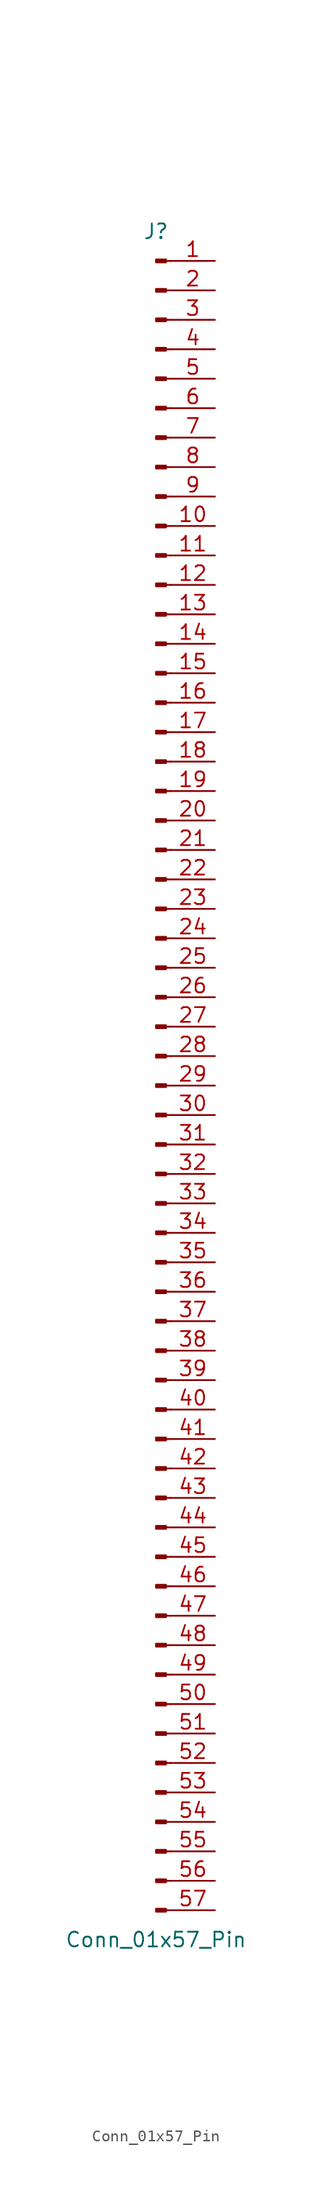
<source format=kicad_sym>
(kicad_symbol_lib
  (version 20241209)
  (generator "kicad_symbol_editor")
  (generator_version "9.0")
  (symbol "Conn_01x57_Pin"
    (pin_names
      (offset 1.016)
      (hide yes))
    (property "Reference" "J"
      (at 0 73.66 0)
      (effects (font (size 1.27 1.27))))
    (property "Value" "Conn_01x57_Pin"
      (at 0 -73.66 0)
      (effects (font (size 1.27 1.27))))
    (property "ki_locked" ""
      (at 0 0 0)
      (effects (font (size 1.27 1.27))))
    (symbol "Conn_01x57_Pin_1_1"
      (rectangle (start 0.864 71.247) (end 0 70.993) (stroke (width 0.152) (type default)) (fill (type outline)))
      (rectangle (start 0.864 68.707) (end 0 68.453) (stroke (width 0.152) (type default)) (fill (type outline)))
      (rectangle (start 0.864 66.167) (end 0 65.913) (stroke (width 0.152) (type default)) (fill (type outline)))
      (rectangle (start 0.864 63.627) (end 0 63.373) (stroke (width 0.152) (type default)) (fill (type outline)))
      (rectangle (start 0.864 61.087) (end 0 60.833) (stroke (width 0.152) (type default)) (fill (type outline)))
      (rectangle (start 0.864 58.547) (end 0 58.293) (stroke (width 0.152) (type default)) (fill (type outline)))
      (rectangle (start 0.864 56.007) (end 0 55.753) (stroke (width 0.152) (type default)) (fill (type outline)))
      (rectangle (start 0.864 53.467) (end 0 53.213) (stroke (width 0.152) (type default)) (fill (type outline)))
      (rectangle (start 0.864 50.927) (end 0 50.673) (stroke (width 0.152) (type default)) (fill (type outline)))
      (rectangle (start 0.864 48.387) (end 0 48.133) (stroke (width 0.152) (type default)) (fill (type outline)))
      (rectangle (start 0.864 45.847) (end 0 45.593) (stroke (width 0.152) (type default)) (fill (type outline)))
      (rectangle (start 0.864 43.307) (end 0 43.053) (stroke (width 0.152) (type default)) (fill (type outline)))
      (rectangle (start 0.864 40.767) (end 0 40.513) (stroke (width 0.152) (type default)) (fill (type outline)))
      (rectangle (start 0.864 38.227) (end 0 37.973) (stroke (width 0.152) (type default)) (fill (type outline)))
      (rectangle (start 0.864 35.687) (end 0 35.433) (stroke (width 0.152) (type default)) (fill (type outline)))
      (rectangle (start 0.864 33.147) (end 0 32.893) (stroke (width 0.152) (type default)) (fill (type outline)))
      (rectangle (start 0.864 30.607) (end 0 30.353) (stroke (width 0.152) (type default)) (fill (type outline)))
      (rectangle (start 0.864 28.067) (end 0 27.813) (stroke (width 0.152) (type default)) (fill (type outline)))
      (rectangle (start 0.864 25.527) (end 0 25.273) (stroke (width 0.152) (type default)) (fill (type outline)))
      (rectangle (start 0.864 22.987) (end 0 22.733) (stroke (width 0.152) (type default)) (fill (type outline)))
      (rectangle (start 0.864 20.447) (end 0 20.193) (stroke (width 0.152) (type default)) (fill (type outline)))
      (rectangle (start 0.864 17.907) (end 0 17.653) (stroke (width 0.152) (type default)) (fill (type outline)))
      (rectangle (start 0.864 15.367) (end 0 15.113) (stroke (width 0.152) (type default)) (fill (type outline)))
      (rectangle (start 0.864 12.827) (end 0 12.573) (stroke (width 0.152) (type default)) (fill (type outline)))
      (rectangle (start 0.864 10.287) (end 0 10.033) (stroke (width 0.152) (type default)) (fill (type outline)))
      (rectangle (start 0.864 7.747) (end 0 7.493) (stroke (width 0.152) (type default)) (fill (type outline)))
      (rectangle (start 0.864 5.207) (end 0 4.953) (stroke (width 0.152) (type default)) (fill (type outline)))
      (rectangle (start 0.864 2.667) (end 0 2.413) (stroke (width 0.152) (type default)) (fill (type outline)))
      (rectangle (start 0.864 0.127) (end 0 -0.127) (stroke (width 0.152) (type default)) (fill (type outline)))
      (rectangle (start 0.864 -2.413) (end 0 -2.667) (stroke (width 0.152) (type default)) (fill (type outline)))
      (rectangle (start 0.864 -4.953) (end 0 -5.207) (stroke (width 0.152) (type default)) (fill (type outline)))
      (rectangle (start 0.864 -7.493) (end 0 -7.747) (stroke (width 0.152) (type default)) (fill (type outline)))
      (rectangle (start 0.864 -10.033) (end 0 -10.287) (stroke (width 0.152) (type default)) (fill (type outline)))
      (rectangle (start 0.864 -12.573) (end 0 -12.827) (stroke (width 0.152) (type default)) (fill (type outline)))
      (rectangle (start 0.864 -15.113) (end 0 -15.367) (stroke (width 0.152) (type default)) (fill (type outline)))
      (rectangle (start 0.864 -17.653) (end 0 -17.907) (stroke (width 0.152) (type default)) (fill (type outline)))
      (rectangle (start 0.864 -20.193) (end 0 -20.447) (stroke (width 0.152) (type default)) (fill (type outline)))
      (rectangle (start 0.864 -22.733) (end 0 -22.987) (stroke (width 0.152) (type default)) (fill (type outline)))
      (rectangle (start 0.864 -25.273) (end 0 -25.527) (stroke (width 0.152) (type default)) (fill (type outline)))
      (rectangle (start 0.864 -27.813) (end 0 -28.067) (stroke (width 0.152) (type default)) (fill (type outline)))
      (rectangle (start 0.864 -30.353) (end 0 -30.607) (stroke (width 0.152) (type default)) (fill (type outline)))
      (rectangle (start 0.864 -32.893) (end 0 -33.147) (stroke (width 0.152) (type default)) (fill (type outline)))
      (rectangle (start 0.864 -35.433) (end 0 -35.687) (stroke (width 0.152) (type default)) (fill (type outline)))
      (rectangle (start 0.864 -37.973) (end 0 -38.227) (stroke (width 0.152) (type default)) (fill (type outline)))
      (rectangle (start 0.864 -40.513) (end 0 -40.767) (stroke (width 0.152) (type default)) (fill (type outline)))
      (rectangle (start 0.864 -43.053) (end 0 -43.307) (stroke (width 0.152) (type default)) (fill (type outline)))
      (rectangle (start 0.864 -45.593) (end 0 -45.847) (stroke (width 0.152) (type default)) (fill (type outline)))
      (rectangle (start 0.864 -48.133) (end 0 -48.387) (stroke (width 0.152) (type default)) (fill (type outline)))
      (rectangle (start 0.864 -50.673) (end 0 -50.927) (stroke (width 0.152) (type default)) (fill (type outline)))
      (rectangle (start 0.864 -53.213) (end 0 -53.467) (stroke (width 0.152) (type default)) (fill (type outline)))
      (rectangle (start 0.864 -55.753) (end 0 -56.007) (stroke (width 0.152) (type default)) (fill (type outline)))
      (rectangle (start 0.864 -58.293) (end 0 -58.547) (stroke (width 0.152) (type default)) (fill (type outline)))
      (rectangle (start 0.864 -60.833) (end 0 -61.087) (stroke (width 0.152) (type default)) (fill (type outline)))
      (rectangle (start 0.864 -63.373) (end 0 -63.627) (stroke (width 0.152) (type default)) (fill (type outline)))
      (rectangle (start 0.864 -65.913) (end 0 -66.167) (stroke (width 0.152) (type default)) (fill (type outline)))
      (rectangle (start 0.864 -68.453) (end 0 -68.707) (stroke (width 0.152) (type default)) (fill (type outline)))
      (rectangle (start 0.864 -70.993) (end 0 -71.247) (stroke (width 0.152) (type default)) (fill (type outline)))
      (polyline (pts (xy 1.27 71.12) (xy 0.864 71.12)) (stroke (width 0.152) (type default)) (fill (type none)))
      (polyline (pts (xy 1.27 68.58) (xy 0.864 68.58)) (stroke (width 0.152) (type default)) (fill (type none)))
      (polyline (pts (xy 1.27 66.04) (xy 0.864 66.04)) (stroke (width 0.152) (type default)) (fill (type none)))
      (polyline (pts (xy 1.27 63.5) (xy 0.864 63.5)) (stroke (width 0.152) (type default)) (fill (type none)))
      (polyline (pts (xy 1.27 60.96) (xy 0.864 60.96)) (stroke (width 0.152) (type default)) (fill (type none)))
      (polyline (pts (xy 1.27 58.42) (xy 0.864 58.42)) (stroke (width 0.152) (type default)) (fill (type none)))
      (polyline (pts (xy 1.27 55.88) (xy 0.864 55.88)) (stroke (width 0.152) (type default)) (fill (type none)))
      (polyline (pts (xy 1.27 53.34) (xy 0.864 53.34)) (stroke (width 0.152) (type default)) (fill (type none)))
      (polyline (pts (xy 1.27 50.8) (xy 0.864 50.8)) (stroke (width 0.152) (type default)) (fill (type none)))
      (polyline (pts (xy 1.27 48.26) (xy 0.864 48.26)) (stroke (width 0.152) (type default)) (fill (type none)))
      (polyline (pts (xy 1.27 45.72) (xy 0.864 45.72)) (stroke (width 0.152) (type default)) (fill (type none)))
      (polyline (pts (xy 1.27 43.18) (xy 0.864 43.18)) (stroke (width 0.152) (type default)) (fill (type none)))
      (polyline (pts (xy 1.27 40.64) (xy 0.864 40.64)) (stroke (width 0.152) (type default)) (fill (type none)))
      (polyline (pts (xy 1.27 38.1) (xy 0.864 38.1)) (stroke (width 0.152) (type default)) (fill (type none)))
      (polyline (pts (xy 1.27 35.56) (xy 0.864 35.56)) (stroke (width 0.152) (type default)) (fill (type none)))
      (polyline (pts (xy 1.27 33.02) (xy 0.864 33.02)) (stroke (width 0.152) (type default)) (fill (type none)))
      (polyline (pts (xy 1.27 30.48) (xy 0.864 30.48)) (stroke (width 0.152) (type default)) (fill (type none)))
      (polyline (pts (xy 1.27 27.94) (xy 0.864 27.94)) (stroke (width 0.152) (type default)) (fill (type none)))
      (polyline (pts (xy 1.27 25.4) (xy 0.864 25.4)) (stroke (width 0.152) (type default)) (fill (type none)))
      (polyline (pts (xy 1.27 22.86) (xy 0.864 22.86)) (stroke (width 0.152) (type default)) (fill (type none)))
      (polyline (pts (xy 1.27 20.32) (xy 0.864 20.32)) (stroke (width 0.152) (type default)) (fill (type none)))
      (polyline (pts (xy 1.27 17.78) (xy 0.864 17.78)) (stroke (width 0.152) (type default)) (fill (type none)))
      (polyline (pts (xy 1.27 15.24) (xy 0.864 15.24)) (stroke (width 0.152) (type default)) (fill (type none)))
      (polyline (pts (xy 1.27 12.7) (xy 0.864 12.7)) (stroke (width 0.152) (type default)) (fill (type none)))
      (polyline (pts (xy 1.27 10.16) (xy 0.864 10.16)) (stroke (width 0.152) (type default)) (fill (type none)))
      (polyline (pts (xy 1.27 7.62) (xy 0.864 7.62)) (stroke (width 0.152) (type default)) (fill (type none)))
      (polyline (pts (xy 1.27 5.08) (xy 0.864 5.08)) (stroke (width 0.152) (type default)) (fill (type none)))
      (polyline (pts (xy 1.27 2.54) (xy 0.864 2.54)) (stroke (width 0.152) (type default)) (fill (type none)))
      (polyline (pts (xy 1.27 0) (xy 0.864 0)) (stroke (width 0.152) (type default)) (fill (type none)))
      (polyline (pts (xy 1.27 -2.54) (xy 0.864 -2.54)) (stroke (width 0.152) (type default)) (fill (type none)))
      (polyline (pts (xy 1.27 -5.08) (xy 0.864 -5.08)) (stroke (width 0.152) (type default)) (fill (type none)))
      (polyline (pts (xy 1.27 -7.62) (xy 0.864 -7.62)) (stroke (width 0.152) (type default)) (fill (type none)))
      (polyline (pts (xy 1.27 -10.16) (xy 0.864 -10.16)) (stroke (width 0.152) (type default)) (fill (type none)))
      (polyline (pts (xy 1.27 -12.7) (xy 0.864 -12.7)) (stroke (width 0.152) (type default)) (fill (type none)))
      (polyline (pts (xy 1.27 -15.24) (xy 0.864 -15.24)) (stroke (width 0.152) (type default)) (fill (type none)))
      (polyline (pts (xy 1.27 -17.78) (xy 0.864 -17.78)) (stroke (width 0.152) (type default)) (fill (type none)))
      (polyline (pts (xy 1.27 -20.32) (xy 0.864 -20.32)) (stroke (width 0.152) (type default)) (fill (type none)))
      (polyline (pts (xy 1.27 -22.86) (xy 0.864 -22.86)) (stroke (width 0.152) (type default)) (fill (type none)))
      (polyline (pts (xy 1.27 -25.4) (xy 0.864 -25.4)) (stroke (width 0.152) (type default)) (fill (type none)))
      (polyline (pts (xy 1.27 -27.94) (xy 0.864 -27.94)) (stroke (width 0.152) (type default)) (fill (type none)))
      (polyline (pts (xy 1.27 -30.48) (xy 0.864 -30.48)) (stroke (width 0.152) (type default)) (fill (type none)))
      (polyline (pts (xy 1.27 -33.02) (xy 0.864 -33.02)) (stroke (width 0.152) (type default)) (fill (type none)))
      (polyline (pts (xy 1.27 -35.56) (xy 0.864 -35.56)) (stroke (width 0.152) (type default)) (fill (type none)))
      (polyline (pts (xy 1.27 -38.1) (xy 0.864 -38.1)) (stroke (width 0.152) (type default)) (fill (type none)))
      (polyline (pts (xy 1.27 -40.64) (xy 0.864 -40.64)) (stroke (width 0.152) (type default)) (fill (type none)))
      (polyline (pts (xy 1.27 -43.18) (xy 0.864 -43.18)) (stroke (width 0.152) (type default)) (fill (type none)))
      (polyline (pts (xy 1.27 -45.72) (xy 0.864 -45.72)) (stroke (width 0.152) (type default)) (fill (type none)))
      (polyline (pts (xy 1.27 -48.26) (xy 0.864 -48.26)) (stroke (width 0.152) (type default)) (fill (type none)))
      (polyline (pts (xy 1.27 -50.8) (xy 0.864 -50.8)) (stroke (width 0.152) (type default)) (fill (type none)))
      (polyline (pts (xy 1.27 -53.34) (xy 0.864 -53.34)) (stroke (width 0.152) (type default)) (fill (type none)))
      (polyline (pts (xy 1.27 -55.88) (xy 0.864 -55.88)) (stroke (width 0.152) (type default)) (fill (type none)))
      (polyline (pts (xy 1.27 -58.42) (xy 0.864 -58.42)) (stroke (width 0.152) (type default)) (fill (type none)))
      (polyline (pts (xy 1.27 -60.96) (xy 0.864 -60.96)) (stroke (width 0.152) (type default)) (fill (type none)))
      (polyline (pts (xy 1.27 -63.5) (xy 0.864 -63.5)) (stroke (width 0.152) (type default)) (fill (type none)))
      (polyline (pts (xy 1.27 -66.04) (xy 0.864 -66.04)) (stroke (width 0.152) (type default)) (fill (type none)))
      (polyline (pts (xy 1.27 -68.58) (xy 0.864 -68.58)) (stroke (width 0.152) (type default)) (fill (type none)))
      (polyline (pts (xy 1.27 -71.12) (xy 0.864 -71.12)) (stroke (width 0.152) (type default)) (fill (type none)))
      (pin passive line (at 5.08 71.12 180) (length 3.81) (name "Pin_1" (effects (font (size 1.27 1.27)))) (number "1" (effects (font (size 1.27 1.27)))))
      (pin passive line (at 5.08 68.58 180) (length 3.81) (name "Pin_2" (effects (font (size 1.27 1.27)))) (number "2" (effects (font (size 1.27 1.27)))))
      (pin passive line (at 5.08 66.04 180) (length 3.81) (name "Pin_3" (effects (font (size 1.27 1.27)))) (number "3" (effects (font (size 1.27 1.27)))))
      (pin passive line (at 5.08 63.5 180) (length 3.81) (name "Pin_4" (effects (font (size 1.27 1.27)))) (number "4" (effects (font (size 1.27 1.27)))))
      (pin passive line (at 5.08 60.96 180) (length 3.81) (name "Pin_5" (effects (font (size 1.27 1.27)))) (number "5" (effects (font (size 1.27 1.27)))))
      (pin passive line (at 5.08 58.42 180) (length 3.81) (name "Pin_6" (effects (font (size 1.27 1.27)))) (number "6" (effects (font (size 1.27 1.27)))))
      (pin passive line (at 5.08 55.88 180) (length 3.81) (name "Pin_7" (effects (font (size 1.27 1.27)))) (number "7" (effects (font (size 1.27 1.27)))))
      (pin passive line (at 5.08 53.34 180) (length 3.81) (name "Pin_8" (effects (font (size 1.27 1.27)))) (number "8" (effects (font (size 1.27 1.27)))))
      (pin passive line (at 5.08 50.8 180) (length 3.81) (name "Pin_9" (effects (font (size 1.27 1.27)))) (number "9" (effects (font (size 1.27 1.27)))))
      (pin passive line (at 5.08 48.26 180) (length 3.81) (name "Pin_10" (effects (font (size 1.27 1.27)))) (number "10" (effects (font (size 1.27 1.27)))))
      (pin passive line (at 5.08 45.72 180) (length 3.81) (name "Pin_11" (effects (font (size 1.27 1.27)))) (number "11" (effects (font (size 1.27 1.27)))))
      (pin passive line (at 5.08 43.18 180) (length 3.81) (name "Pin_12" (effects (font (size 1.27 1.27)))) (number "12" (effects (font (size 1.27 1.27)))))
      (pin passive line (at 5.08 40.64 180) (length 3.81) (name "Pin_13" (effects (font (size 1.27 1.27)))) (number "13" (effects (font (size 1.27 1.27)))))
      (pin passive line (at 5.08 38.1 180) (length 3.81) (name "Pin_14" (effects (font (size 1.27 1.27)))) (number "14" (effects (font (size 1.27 1.27)))))
      (pin passive line (at 5.08 35.56 180) (length 3.81) (name "Pin_15" (effects (font (size 1.27 1.27)))) (number "15" (effects (font (size 1.27 1.27)))))
      (pin passive line (at 5.08 33.02 180) (length 3.81) (name "Pin_16" (effects (font (size 1.27 1.27)))) (number "16" (effects (font (size 1.27 1.27)))))
      (pin passive line (at 5.08 30.48 180) (length 3.81) (name "Pin_17" (effects (font (size 1.27 1.27)))) (number "17" (effects (font (size 1.27 1.27)))))
      (pin passive line (at 5.08 27.94 180) (length 3.81) (name "Pin_18" (effects (font (size 1.27 1.27)))) (number "18" (effects (font (size 1.27 1.27)))))
      (pin passive line (at 5.08 25.4 180) (length 3.81) (name "Pin_19" (effects (font (size 1.27 1.27)))) (number "19" (effects (font (size 1.27 1.27)))))
      (pin passive line (at 5.08 22.86 180) (length 3.81) (name "Pin_20" (effects (font (size 1.27 1.27)))) (number "20" (effects (font (size 1.27 1.27)))))
      (pin passive line (at 5.08 20.32 180) (length 3.81) (name "Pin_21" (effects (font (size 1.27 1.27)))) (number "21" (effects (font (size 1.27 1.27)))))
      (pin passive line (at 5.08 17.78 180) (length 3.81) (name "Pin_22" (effects (font (size 1.27 1.27)))) (number "22" (effects (font (size 1.27 1.27)))))
      (pin passive line (at 5.08 15.24 180) (length 3.81) (name "Pin_23" (effects (font (size 1.27 1.27)))) (number "23" (effects (font (size 1.27 1.27)))))
      (pin passive line (at 5.08 12.7 180) (length 3.81) (name "Pin_24" (effects (font (size 1.27 1.27)))) (number "24" (effects (font (size 1.27 1.27)))))
      (pin passive line (at 5.08 10.16 180) (length 3.81) (name "Pin_25" (effects (font (size 1.27 1.27)))) (number "25" (effects (font (size 1.27 1.27)))))
      (pin passive line (at 5.08 7.62 180) (length 3.81) (name "Pin_26" (effects (font (size 1.27 1.27)))) (number "26" (effects (font (size 1.27 1.27)))))
      (pin passive line (at 5.08 5.08 180) (length 3.81) (name "Pin_27" (effects (font (size 1.27 1.27)))) (number "27" (effects (font (size 1.27 1.27)))))
      (pin passive line (at 5.08 2.54 180) (length 3.81) (name "Pin_28" (effects (font (size 1.27 1.27)))) (number "28" (effects (font (size 1.27 1.27)))))
      (pin passive line (at 5.08 0 180) (length 3.81) (name "Pin_29" (effects (font (size 1.27 1.27)))) (number "29" (effects (font (size 1.27 1.27)))))
      (pin passive line (at 5.08 -2.54 180) (length 3.81) (name "Pin_30" (effects (font (size 1.27 1.27)))) (number "30" (effects (font (size 1.27 1.27)))))
      (pin passive line (at 5.08 -5.08 180) (length 3.81) (name "Pin_31" (effects (font (size 1.27 1.27)))) (number "31" (effects (font (size 1.27 1.27)))))
      (pin passive line (at 5.08 -7.62 180) (length 3.81) (name "Pin_32" (effects (font (size 1.27 1.27)))) (number "32" (effects (font (size 1.27 1.27)))))
      (pin passive line (at 5.08 -10.16 180) (length 3.81) (name "Pin_33" (effects (font (size 1.27 1.27)))) (number "33" (effects (font (size 1.27 1.27)))))
      (pin passive line (at 5.08 -12.7 180) (length 3.81) (name "Pin_34" (effects (font (size 1.27 1.27)))) (number "34" (effects (font (size 1.27 1.27)))))
      (pin passive line (at 5.08 -15.24 180) (length 3.81) (name "Pin_35" (effects (font (size 1.27 1.27)))) (number "35" (effects (font (size 1.27 1.27)))))
      (pin passive line (at 5.08 -17.78 180) (length 3.81) (name "Pin_36" (effects (font (size 1.27 1.27)))) (number "36" (effects (font (size 1.27 1.27)))))
      (pin passive line (at 5.08 -20.32 180) (length 3.81) (name "Pin_37" (effects (font (size 1.27 1.27)))) (number "37" (effects (font (size 1.27 1.27)))))
      (pin passive line (at 5.08 -22.86 180) (length 3.81) (name "Pin_38" (effects (font (size 1.27 1.27)))) (number "38" (effects (font (size 1.27 1.27)))))
      (pin passive line (at 5.08 -25.4 180) (length 3.81) (name "Pin_39" (effects (font (size 1.27 1.27)))) (number "39" (effects (font (size 1.27 1.27)))))
      (pin passive line (at 5.08 -27.94 180) (length 3.81) (name "Pin_40" (effects (font (size 1.27 1.27)))) (number "40" (effects (font (size 1.27 1.27)))))
      (pin passive line (at 5.08 -30.48 180) (length 3.81) (name "Pin_41" (effects (font (size 1.27 1.27)))) (number "41" (effects (font (size 1.27 1.27)))))
      (pin passive line (at 5.08 -33.02 180) (length 3.81) (name "Pin_42" (effects (font (size 1.27 1.27)))) (number "42" (effects (font (size 1.27 1.27)))))
      (pin passive line (at 5.08 -35.56 180) (length 3.81) (name "Pin_43" (effects (font (size 1.27 1.27)))) (number "43" (effects (font (size 1.27 1.27)))))
      (pin passive line (at 5.08 -38.1 180) (length 3.81) (name "Pin_44" (effects (font (size 1.27 1.27)))) (number "44" (effects (font (size 1.27 1.27)))))
      (pin passive line (at 5.08 -40.64 180) (length 3.81) (name "Pin_45" (effects (font (size 1.27 1.27)))) (number "45" (effects (font (size 1.27 1.27)))))
      (pin passive line (at 5.08 -43.18 180) (length 3.81) (name "Pin_46" (effects (font (size 1.27 1.27)))) (number "46" (effects (font (size 1.27 1.27)))))
      (pin passive line (at 5.08 -45.72 180) (length 3.81) (name "Pin_47" (effects (font (size 1.27 1.27)))) (number "47" (effects (font (size 1.27 1.27)))))
      (pin passive line (at 5.08 -48.26 180) (length 3.81) (name "Pin_48" (effects (font (size 1.27 1.27)))) (number "48" (effects (font (size 1.27 1.27)))))
      (pin passive line (at 5.08 -50.8 180) (length 3.81) (name "Pin_49" (effects (font (size 1.27 1.27)))) (number "49" (effects (font (size 1.27 1.27)))))
      (pin passive line (at 5.08 -53.34 180) (length 3.81) (name "Pin_50" (effects (font (size 1.27 1.27)))) (number "50" (effects (font (size 1.27 1.27)))))
      (pin passive line (at 5.08 -55.88 180) (length 3.81) (name "Pin_51" (effects (font (size 1.27 1.27)))) (number "51" (effects (font (size 1.27 1.27)))))
      (pin passive line (at 5.08 -58.42 180) (length 3.81) (name "Pin_52" (effects (font (size 1.27 1.27)))) (number "52" (effects (font (size 1.27 1.27)))))
      (pin passive line (at 5.08 -60.96 180) (length 3.81) (name "Pin_53" (effects (font (size 1.27 1.27)))) (number "53" (effects (font (size 1.27 1.27)))))
      (pin passive line (at 5.08 -63.5 180) (length 3.81) (name "Pin_54" (effects (font (size 1.27 1.27)))) (number "54" (effects (font (size 1.27 1.27)))))
      (pin passive line (at 5.08 -66.04 180) (length 3.81) (name "Pin_55" (effects (font (size 1.27 1.27)))) (number "55" (effects (font (size 1.27 1.27)))))
      (pin passive line (at 5.08 -68.58 180) (length 3.81) (name "Pin_56" (effects (font (size 1.27 1.27)))) (number "56" (effects (font (size 1.27 1.27)))))
      (pin passive line (at 5.08 -71.12 180) (length 3.81) (name "Pin_57" (effects (font (size 1.27 1.27)))) (number "57" (effects (font (size 1.27 1.27))))))))
</source>
